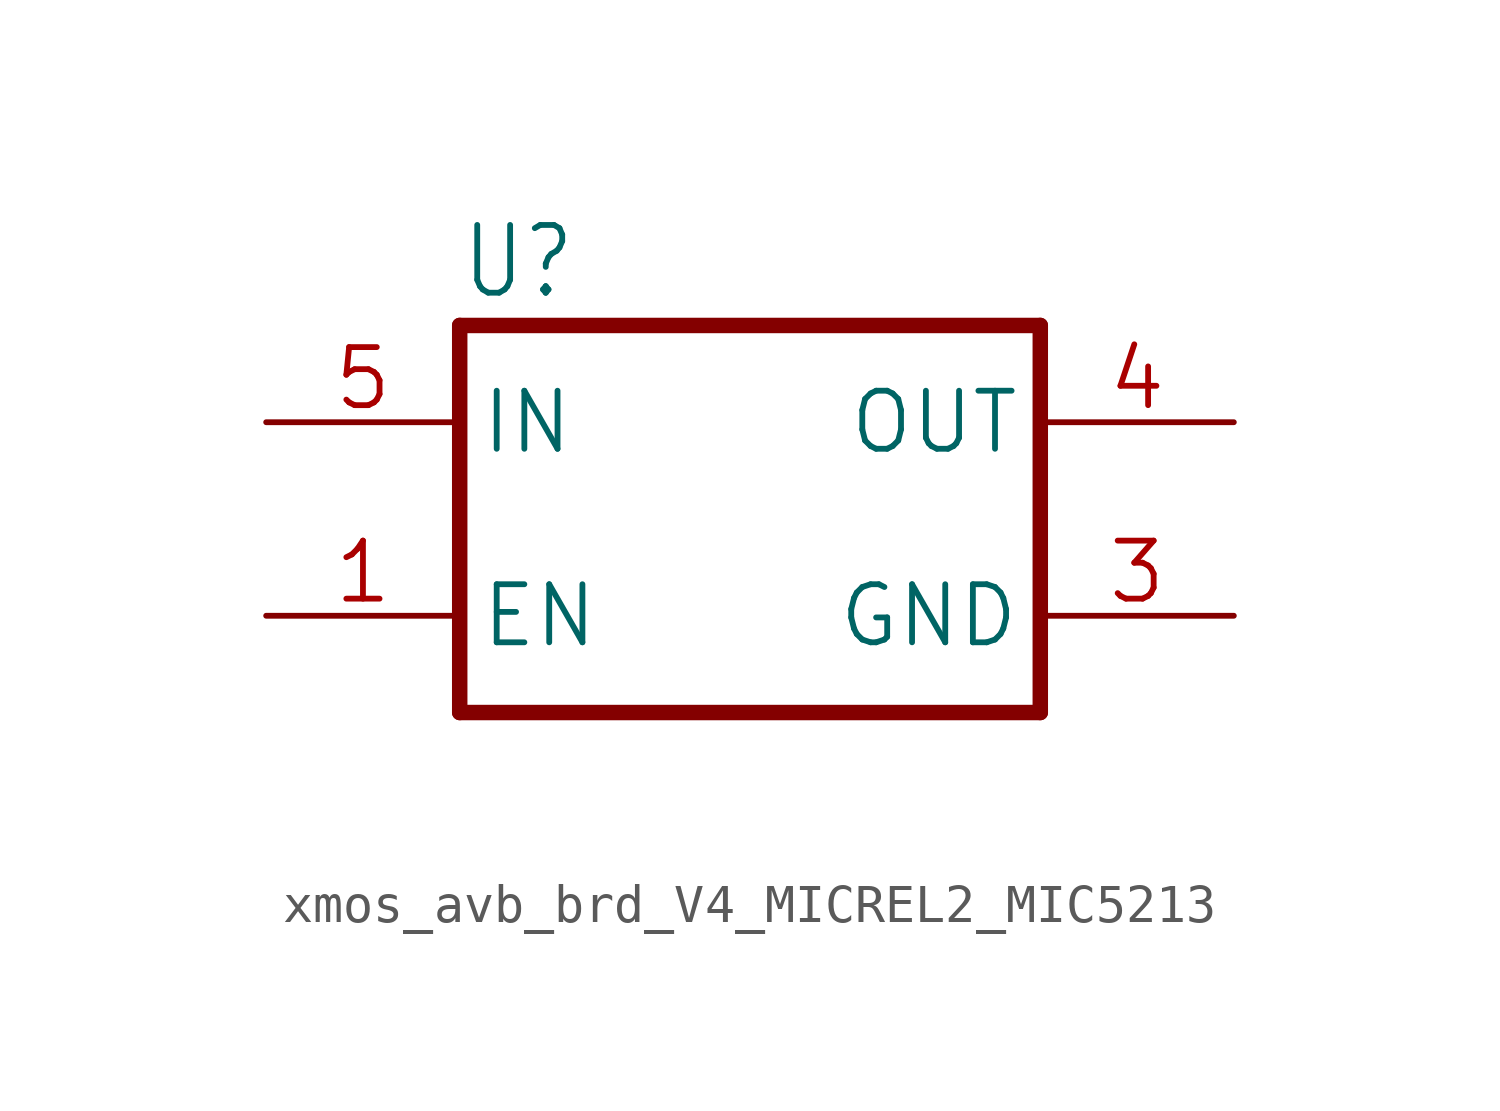
<source format=kicad_sym>
(kicad_symbol_lib
  (version 20241209)
  (generator "kicad_symbol_editor")
  (generator_version "9.0")
  (symbol "xmos_avb_brd_V4_MICREL2_MIC5213"
    (property "Reference" "U"
      (at -7.62 5.715 0)
      (effects (font (size 1.778 1.511)) (justify left bottom)))
    (property "Value" ""
      (at -7.62 -7.62 0)
      (effects (font (size 1.778 1.511)) (justify left bottom)))
    (property "ki_locked" ""
      (at 0 0 0)
      (effects (font (size 1.27 1.27))))
    (symbol "xmos_avb_brd_V4_MICREL2_MIC5213_1_0"
      (polyline (pts (xy -7.62 5.08) (xy 7.62 5.08)) (stroke (width 0.406) (type solid)) (fill (type none)))
      (polyline (pts (xy -7.62 -5.08) (xy -7.62 5.08)) (stroke (width 0.406) (type solid)) (fill (type none)))
      (polyline (pts (xy 7.62 5.08) (xy 7.62 -5.08)) (stroke (width 0.406) (type solid)) (fill (type none)))
      (polyline (pts (xy 7.62 -5.08) (xy -7.62 -5.08)) (stroke (width 0.406) (type solid)) (fill (type none)))
      (pin input line (at -12.7 2.54 0) (length 5.08) (name "IN" (effects (font (size 1.524 1.524)))) (number "5" (effects (font (size 1.524 1.524)))))
      (pin input line (at -12.7 -2.54 0) (length 5.08) (name "EN" (effects (font (size 1.524 1.524)))) (number "1" (effects (font (size 1.524 1.524)))))
      (pin passive line (at 12.7 2.54 180) (length 5.08) (name "OUT" (effects (font (size 1.524 1.524)))) (number "4" (effects (font (size 1.524 1.524)))))
      (pin power_in line (at 12.7 -2.54 180) (length 5.08) (name "GND" (effects (font (size 1.524 1.524)))) (number "3" (effects (font (size 1.524 1.524))))))))
</source>
